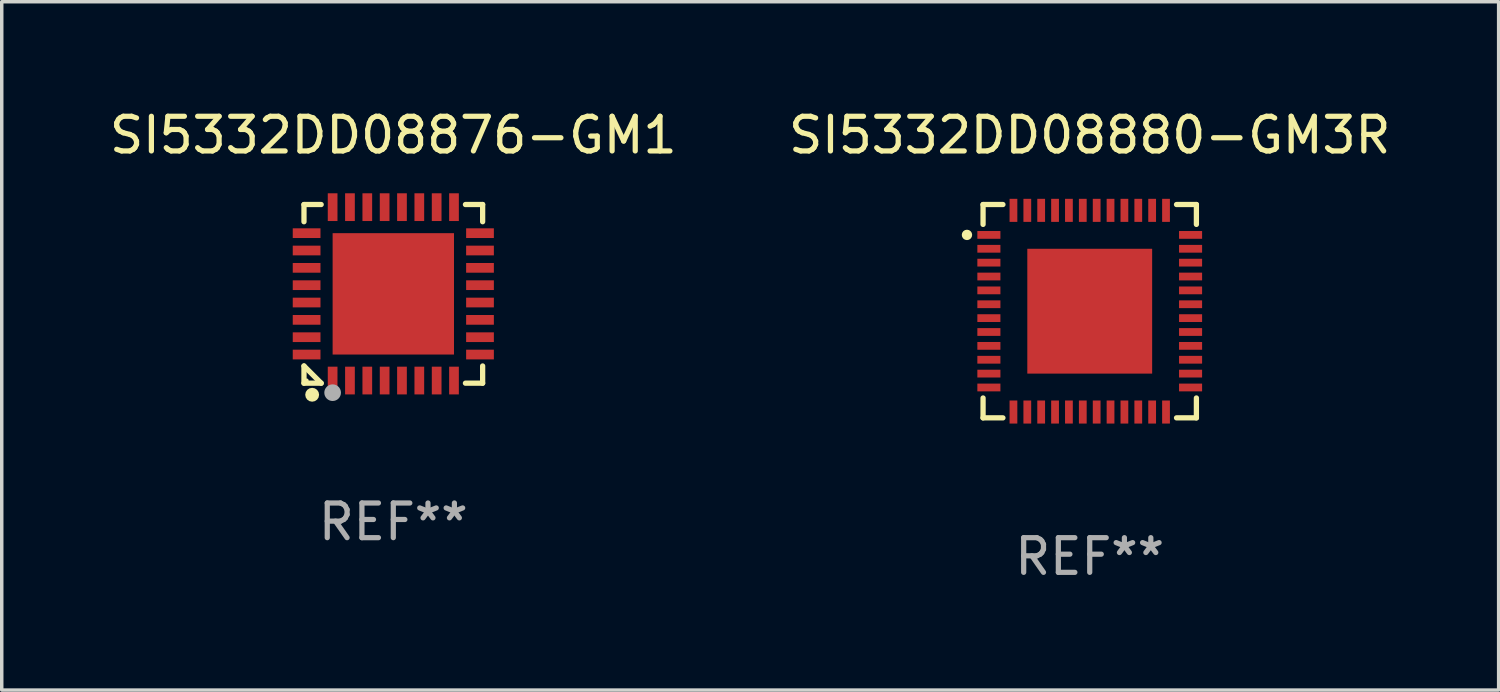
<source format=kicad_pcb>
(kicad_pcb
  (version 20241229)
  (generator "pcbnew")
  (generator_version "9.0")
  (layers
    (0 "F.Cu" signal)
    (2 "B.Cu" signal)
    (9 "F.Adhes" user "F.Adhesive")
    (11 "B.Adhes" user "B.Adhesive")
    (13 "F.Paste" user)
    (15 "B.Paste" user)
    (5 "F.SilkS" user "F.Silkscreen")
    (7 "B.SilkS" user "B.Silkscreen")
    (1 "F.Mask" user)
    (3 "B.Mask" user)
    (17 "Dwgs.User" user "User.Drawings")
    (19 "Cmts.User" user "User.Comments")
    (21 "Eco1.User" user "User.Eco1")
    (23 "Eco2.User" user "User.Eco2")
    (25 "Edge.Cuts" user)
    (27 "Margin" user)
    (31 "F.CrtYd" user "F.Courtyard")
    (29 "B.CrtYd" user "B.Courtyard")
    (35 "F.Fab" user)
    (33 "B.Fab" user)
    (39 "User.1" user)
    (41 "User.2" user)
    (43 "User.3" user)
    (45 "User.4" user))
  (footprint "SI5332DD08880-GM3R"
    (layer "F.Cu")
    (at 28.375 5.924)
    (property "Reference" "SI5332DD08880-GM3R" (at 0 -5.076 0) (layer "F.SilkS") (effects (font (size 1 1) (thickness 0.15))))
    (attr through_hole)
    (fp_line (start -3.076 -3.076) (end -3.076 -2.503) (stroke (width 0.152) (type solid)) (layer "F.SilkS"))
    (fp_line (start -3.076 3.076) (end -3.076 2.503) (stroke (width 0.152) (type solid)) (layer "F.SilkS"))
    (fp_line (start -2.503 -3.076) (end -3.076 -3.076) (stroke (width 0.152) (type solid)) (layer "F.SilkS"))
    (fp_line (start -2.503 3.076) (end -3.076 3.076) (stroke (width 0.152) (type solid)) (layer "F.SilkS"))
    (fp_line (start 2.503 -3.076) (end 3.076 -3.076) (stroke (width 0.152) (type solid)) (layer "F.SilkS"))
    (fp_line (start 2.503 3.076) (end 3.076 3.076) (stroke (width 0.152) (type solid)) (layer "F.SilkS"))
    (fp_line (start 3.076 -3.076) (end 3.076 -2.503) (stroke (width 0.152) (type solid)) (layer "F.SilkS"))
    (fp_line (start 3.076 3.076) (end 3.076 2.503) (stroke (width 0.152) (type solid)) (layer "F.SilkS"))
    (fp_circle (center -3.54 -2.2) (end -3.465 -2.2) (stroke (width 0.15) (type solid)) (fill no) (layer "F.SilkS"))
    (fp_text user "REF**" (at 0 7.076 0) (layer "F.Fab") (effects (font (size 1 1) (thickness 0.15))))
    (pad "1" smd rect (at -2.908 -2.2) (size 0.665 0.224) (layers "F.Cu" "F.Mask" "F.Paste"))
    (pad "2" smd rect (at -2.908 -1.8) (size 0.665 0.224) (layers "F.Cu" "F.Mask" "F.Paste"))
    (pad "3" smd rect (at -2.908 -1.4) (size 0.665 0.224) (layers "F.Cu" "F.Mask" "F.Paste"))
    (pad "4" smd rect (at -2.908 -1) (size 0.665 0.224) (layers "F.Cu" "F.Mask" "F.Paste"))
    (pad "5" smd rect (at -2.908 -0.6) (size 0.665 0.224) (layers "F.Cu" "F.Mask" "F.Paste"))
    (pad "6" smd rect (at -2.908 -0.2) (size 0.665 0.224) (layers "F.Cu" "F.Mask" "F.Paste"))
    (pad "7" smd rect (at -2.908 0.2) (size 0.665 0.224) (layers "F.Cu" "F.Mask" "F.Paste"))
    (pad "8" smd rect (at -2.908 0.6) (size 0.665 0.224) (layers "F.Cu" "F.Mask" "F.Paste"))
    (pad "9" smd rect (at -2.908 1) (size 0.665 0.224) (layers "F.Cu" "F.Mask" "F.Paste"))
    (pad "10" smd rect (at -2.908 1.4) (size 0.665 0.224) (layers "F.Cu" "F.Mask" "F.Paste"))
    (pad "11" smd rect (at -2.908 1.8) (size 0.665 0.224) (layers "F.Cu" "F.Mask" "F.Paste"))
    (pad "12" smd rect (at -2.908 2.2) (size 0.665 0.224) (layers "F.Cu" "F.Mask" "F.Paste"))
    (pad "13" smd rect (at -2.2 2.908) (size 0.224 0.665) (layers "F.Cu" "F.Mask" "F.Paste"))
    (pad "14" smd rect (at -1.8 2.908) (size 0.224 0.665) (layers "F.Cu" "F.Mask" "F.Paste"))
    (pad "15" smd rect (at -1.4 2.908) (size 0.224 0.665) (layers "F.Cu" "F.Mask" "F.Paste"))
    (pad "16" smd rect (at -1 2.908) (size 0.224 0.665) (layers "F.Cu" "F.Mask" "F.Paste"))
    (pad "17" smd rect (at -0.6 2.908) (size 0.224 0.665) (layers "F.Cu" "F.Mask" "F.Paste"))
    (pad "18" smd rect (at -0.2 2.908) (size 0.224 0.665) (layers "F.Cu" "F.Mask" "F.Paste"))
    (pad "19" smd rect (at 0.2 2.908) (size 0.224 0.665) (layers "F.Cu" "F.Mask" "F.Paste"))
    (pad "20" smd rect (at 0.6 2.908) (size 0.224 0.665) (layers "F.Cu" "F.Mask" "F.Paste"))
    (pad "21" smd rect (at 1 2.908) (size 0.224 0.665) (layers "F.Cu" "F.Mask" "F.Paste"))
    (pad "22" smd rect (at 1.4 2.908) (size 0.224 0.665) (layers "F.Cu" "F.Mask" "F.Paste"))
    (pad "23" smd rect (at 1.8 2.908) (size 0.224 0.665) (layers "F.Cu" "F.Mask" "F.Paste"))
    (pad "24" smd rect (at 2.2 2.908) (size 0.224 0.665) (layers "F.Cu" "F.Mask" "F.Paste"))
    (pad "25" smd rect (at 2.908 2.2) (size 0.665 0.224) (layers "F.Cu" "F.Mask" "F.Paste"))
    (pad "26" smd rect (at 2.908 1.8) (size 0.665 0.224) (layers "F.Cu" "F.Mask" "F.Paste"))
    (pad "27" smd rect (at 2.908 1.4) (size 0.665 0.224) (layers "F.Cu" "F.Mask" "F.Paste"))
    (pad "28" smd rect (at 2.908 1) (size 0.665 0.224) (layers "F.Cu" "F.Mask" "F.Paste"))
    (pad "29" smd rect (at 2.908 0.6) (size 0.665 0.224) (layers "F.Cu" "F.Mask" "F.Paste"))
    (pad "30" smd rect (at 2.908 0.2) (size 0.665 0.224) (layers "F.Cu" "F.Mask" "F.Paste"))
    (pad "31" smd rect (at 2.908 -0.2) (size 0.665 0.224) (layers "F.Cu" "F.Mask" "F.Paste"))
    (pad "32" smd rect (at 2.908 -0.6) (size 0.665 0.224) (layers "F.Cu" "F.Mask" "F.Paste"))
    (pad "33" smd rect (at 2.908 -1) (size 0.665 0.224) (layers "F.Cu" "F.Mask" "F.Paste"))
    (pad "34" smd rect (at 2.908 -1.4) (size 0.665 0.224) (layers "F.Cu" "F.Mask" "F.Paste"))
    (pad "35" smd rect (at 2.908 -1.8) (size 0.665 0.224) (layers "F.Cu" "F.Mask" "F.Paste"))
    (pad "36" smd rect (at 2.908 -2.2) (size 0.665 0.224) (layers "F.Cu" "F.Mask" "F.Paste"))
    (pad "37" smd rect (at 2.2 -2.908) (size 0.224 0.665) (layers "F.Cu" "F.Mask" "F.Paste"))
    (pad "38" smd rect (at 1.8 -2.908) (size 0.224 0.665) (layers "F.Cu" "F.Mask" "F.Paste"))
    (pad "39" smd rect (at 1.4 -2.908) (size 0.224 0.665) (layers "F.Cu" "F.Mask" "F.Paste"))
    (pad "40" smd rect (at 1 -2.908) (size 0.224 0.665) (layers "F.Cu" "F.Mask" "F.Paste"))
    (pad "41" smd rect (at 0.6 -2.908) (size 0.224 0.665) (layers "F.Cu" "F.Mask" "F.Paste"))
    (pad "42" smd rect (at 0.2 -2.908) (size 0.224 0.665) (layers "F.Cu" "F.Mask" "F.Paste"))
    (pad "43" smd rect (at -0.2 -2.908) (size 0.224 0.665) (layers "F.Cu" "F.Mask" "F.Paste"))
    (pad "44" smd rect (at -0.6 -2.908) (size 0.224 0.665) (layers "F.Cu" "F.Mask" "F.Paste"))
    (pad "45" smd rect (at -1 -2.908) (size 0.224 0.665) (layers "F.Cu" "F.Mask" "F.Paste"))
    (pad "46" smd rect (at -1.4 -2.908) (size 0.224 0.665) (layers "F.Cu" "F.Mask" "F.Paste"))
    (pad "47" smd rect (at -1.8 -2.908) (size 0.224 0.665) (layers "F.Cu" "F.Mask" "F.Paste"))
    (pad "48" smd rect (at -2.2 -2.908) (size 0.224 0.665) (layers "F.Cu" "F.Mask" "F.Paste"))
    (pad "49" smd rect (at 0 0) (size 3.6 3.6) (layers "F.Cu" "F.Mask" "F.Paste")))
  (footprint "SI5332DD08876-GM1"
    (layer "F.Cu")
    (at 8.292 5.424)
    (property "Reference" "SI5332DD08876-GM1" (at 0 -4.576 0) (layer "F.SilkS") (effects (font (size 1 1) (thickness 0.15))))
    (attr through_hole)
    (fp_line (start -2.576 -2.576) (end -2.08 -2.576) (stroke (width 0.152) (type solid)) (layer "F.SilkS"))
    (fp_line (start -2.576 -2.08) (end -2.576 -2.576) (stroke (width 0.152) (type solid)) (layer "F.SilkS"))
    (fp_line (start -2.576 2.08) (end -2.576 2.576) (stroke (width 0.152) (type solid)) (layer "F.SilkS"))
    (fp_line (start -2.576 2.08) (end -2.08 2.576) (stroke (width 0.152) (type solid)) (layer "F.SilkS"))
    (fp_line (start -2.576 2.576) (end -2.08 2.576) (stroke (width 0.152) (type solid)) (layer "F.SilkS"))
    (fp_line (start 2.576 -2.576) (end 2.08 -2.576) (stroke (width 0.152) (type solid)) (layer "F.SilkS"))
    (fp_line (start 2.576 -2.08) (end 2.576 -2.576) (stroke (width 0.152) (type solid)) (layer "F.SilkS"))
    (fp_line (start 2.576 2.08) (end 2.576 2.576) (stroke (width 0.152) (type solid)) (layer "F.SilkS"))
    (fp_line (start 2.576 2.576) (end 2.08 2.576) (stroke (width 0.152) (type solid)) (layer "F.SilkS"))
    (fp_circle (center -2.5 2.5) (end -2.47 2.5) (stroke (width 0.06) (type solid)) (fill no) (layer "F.SilkS"))
    (fp_circle (center -2.34 2.91) (end -2.24 2.91) (stroke (width 0.2) (type solid)) (fill no) (layer "F.SilkS"))
    (fp_circle (center -1.75 2.85) (end -1.63 2.85) (stroke (width 0.24) (type solid)) (fill no) (layer "F.Fab"))
    (fp_text user "REF**" (at 0 6.576 0) (layer "F.Fab") (effects (font (size 1 1) (thickness 0.15))))
    (pad "1" smd rect (at -1.75 2.5) (size 0.28 0.8) (layers "F.Cu" "F.Mask" "F.Paste"))
    (pad "2" smd rect (at -1.25 2.5) (size 0.28 0.8) (layers "F.Cu" "F.Mask" "F.Paste"))
    (pad "3" smd rect (at -0.75 2.5) (size 0.28 0.8) (layers "F.Cu" "F.Mask" "F.Paste"))
    (pad "4" smd rect (at -0.25 2.5) (size 0.28 0.8) (layers "F.Cu" "F.Mask" "F.Paste"))
    (pad "5" smd rect (at 0.25 2.5) (size 0.28 0.8) (layers "F.Cu" "F.Mask" "F.Paste"))
    (pad "6" smd rect (at 0.75 2.5) (size 0.28 0.8) (layers "F.Cu" "F.Mask" "F.Paste"))
    (pad "7" smd rect (at 1.25 2.5) (size 0.28 0.8) (layers "F.Cu" "F.Mask" "F.Paste"))
    (pad "8" smd rect (at 1.75 2.5) (size 0.28 0.8) (layers "F.Cu" "F.Mask" "F.Paste"))
    (pad "9" smd rect (at 2.5 1.75) (size 0.8 0.28) (layers "F.Cu" "F.Mask" "F.Paste"))
    (pad "10" smd rect (at 2.5 1.25) (size 0.8 0.28) (layers "F.Cu" "F.Mask" "F.Paste"))
    (pad "11" smd rect (at 2.5 0.75) (size 0.8 0.28) (layers "F.Cu" "F.Mask" "F.Paste"))
    (pad "12" smd rect (at 2.5 0.25) (size 0.8 0.28) (layers "F.Cu" "F.Mask" "F.Paste"))
    (pad "13" smd rect (at 2.5 -0.25) (size 0.8 0.28) (layers "F.Cu" "F.Mask" "F.Paste"))
    (pad "14" smd rect (at 2.5 -0.75) (size 0.8 0.28) (layers "F.Cu" "F.Mask" "F.Paste"))
    (pad "15" smd rect (at 2.5 -1.25) (size 0.8 0.28) (layers "F.Cu" "F.Mask" "F.Paste"))
    (pad "16" smd rect (at 2.5 -1.75) (size 0.8 0.28) (layers "F.Cu" "F.Mask" "F.Paste"))
    (pad "17" smd rect (at 1.75 -2.5) (size 0.28 0.8) (layers "F.Cu" "F.Mask" "F.Paste"))
    (pad "18" smd rect (at 1.25 -2.5) (size 0.28 0.8) (layers "F.Cu" "F.Mask" "F.Paste"))
    (pad "19" smd rect (at 0.75 -2.5) (size 0.28 0.8) (layers "F.Cu" "F.Mask" "F.Paste"))
    (pad "20" smd rect (at 0.25 -2.5) (size 0.28 0.8) (layers "F.Cu" "F.Mask" "F.Paste"))
    (pad "21" smd rect (at -0.25 -2.5) (size 0.28 0.8) (layers "F.Cu" "F.Mask" "F.Paste"))
    (pad "22" smd rect (at -0.75 -2.5) (size 0.28 0.8) (layers "F.Cu" "F.Mask" "F.Paste"))
    (pad "23" smd rect (at -1.25 -2.5) (size 0.28 0.8) (layers "F.Cu" "F.Mask" "F.Paste"))
    (pad "24" smd rect (at -1.75 -2.5) (size 0.28 0.8) (layers "F.Cu" "F.Mask" "F.Paste"))
    (pad "25" smd rect (at -2.5 -1.75) (size 0.8 0.28) (layers "F.Cu" "F.Mask" "F.Paste"))
    (pad "26" smd rect (at -2.5 -1.25) (size 0.8 0.28) (layers "F.Cu" "F.Mask" "F.Paste"))
    (pad "27" smd rect (at -2.5 -0.75) (size 0.8 0.28) (layers "F.Cu" "F.Mask" "F.Paste"))
    (pad "28" smd rect (at -2.5 -0.25) (size 0.8 0.28) (layers "F.Cu" "F.Mask" "F.Paste"))
    (pad "29" smd rect (at -2.5 0.25) (size 0.8 0.28) (layers "F.Cu" "F.Mask" "F.Paste"))
    (pad "30" smd rect (at -2.5 0.75) (size 0.8 0.28) (layers "F.Cu" "F.Mask" "F.Paste"))
    (pad "31" smd rect (at -2.5 1.25) (size 0.8 0.28) (layers "F.Cu" "F.Mask" "F.Paste"))
    (pad "32" smd rect (at -2.5 1.75) (size 0.8 0.28) (layers "F.Cu" "F.Mask" "F.Paste"))
    (pad "33" smd rect (at 0 0) (size 3.5 3.5) (layers "F.Cu" "F.Mask" "F.Paste")))
  (gr_rect
    (start -3 -3)
    (end 40.167 16.849)
    (stroke (width 0.1) (type default))
    (fill no)
    (layer "Edge.Cuts")))
</source>
